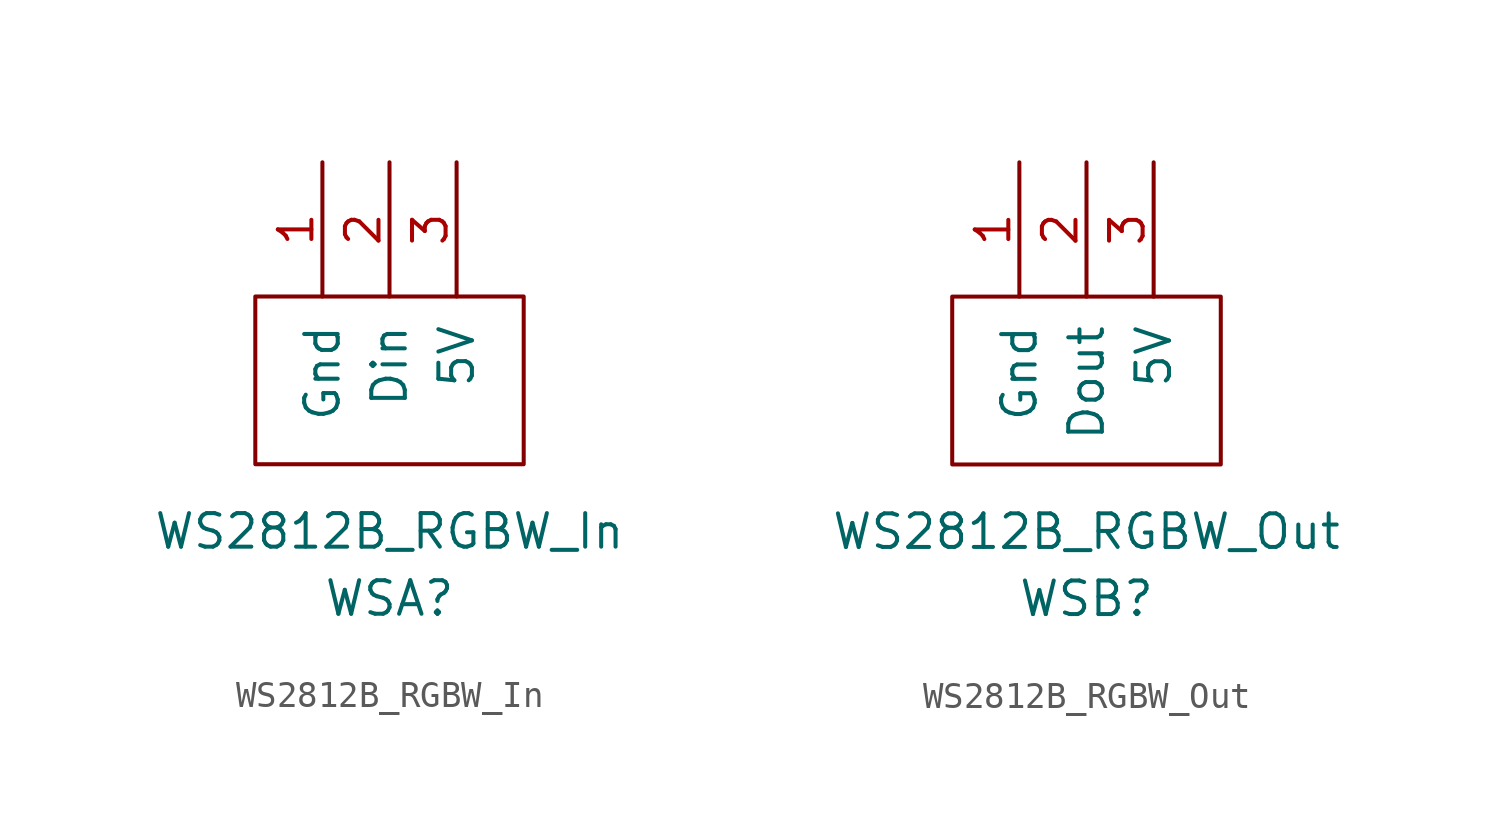
<source format=kicad_sym>
(kicad_symbol_lib
  (version 20211014)
  (generator kicad_symbol_editor)
  (symbol "WS2812B_RGBW_In"
    (pin_names
      (offset 1.016))
    (property "Reference" "WSA"
      (at 0 -16.51 0)
      (effects (font (size 1.27 1.27))))
    (property "Value" "WS2812B_RGBW_In"
      (at 0 -13.97 0)
      (effects (font (size 1.27 1.27))))
    (symbol "WS2812B_RGBW_In_0_1"
      (rectangle (start -5.08 -5.08) (end 5.08 -11.43) (stroke (width 0) (type default) (color 0 0 0 0)) (fill (type none))))
    (symbol "WS2812B_RGBW_In_1_1"
      (pin bidirectional line (at -2.54 0 270) (length 5.08) (name "Gnd" (effects (font (size 1.27 1.27)))) (number "1" (effects (font (size 1.27 1.27)))))
      (pin input line (at 0 0 270) (length 5.08) (name "Din" (effects (font (size 1.27 1.27)))) (number "2" (effects (font (size 1.27 1.27)))))
      (pin bidirectional line (at 2.54 0 270) (length 5.08) (name "5V" (effects (font (size 1.27 1.27)))) (number "3" (effects (font (size 1.27 1.27)))))))
  (symbol "WS2812B_RGBW_Out"
    (pin_names
      (offset 1.016))
    (property "Reference" "WSB"
      (at 0 -16.51 0)
      (effects (font (size 1.27 1.27))))
    (property "Value" "WS2812B_RGBW_Out"
      (at 0 -13.97 0)
      (effects (font (size 1.27 1.27))))
    (symbol "WS2812B_RGBW_Out_0_1"
      (rectangle (start -5.08 -5.08) (end 5.08 -11.43) (stroke (width 0) (type default) (color 0 0 0 0)) (fill (type none))))
    (symbol "WS2812B_RGBW_Out_1_1"
      (pin bidirectional line (at -2.54 0 270) (length 5.08) (name "Gnd" (effects (font (size 1.27 1.27)))) (number "1" (effects (font (size 1.27 1.27)))))
      (pin output line (at 0 0 270) (length 5.08) (name "Dout" (effects (font (size 1.27 1.27)))) (number "2" (effects (font (size 1.27 1.27)))))
      (pin bidirectional line (at 2.54 0 270) (length 5.08) (name "5V" (effects (font (size 1.27 1.27)))) (number "3" (effects (font (size 1.27 1.27))))))))
</source>
